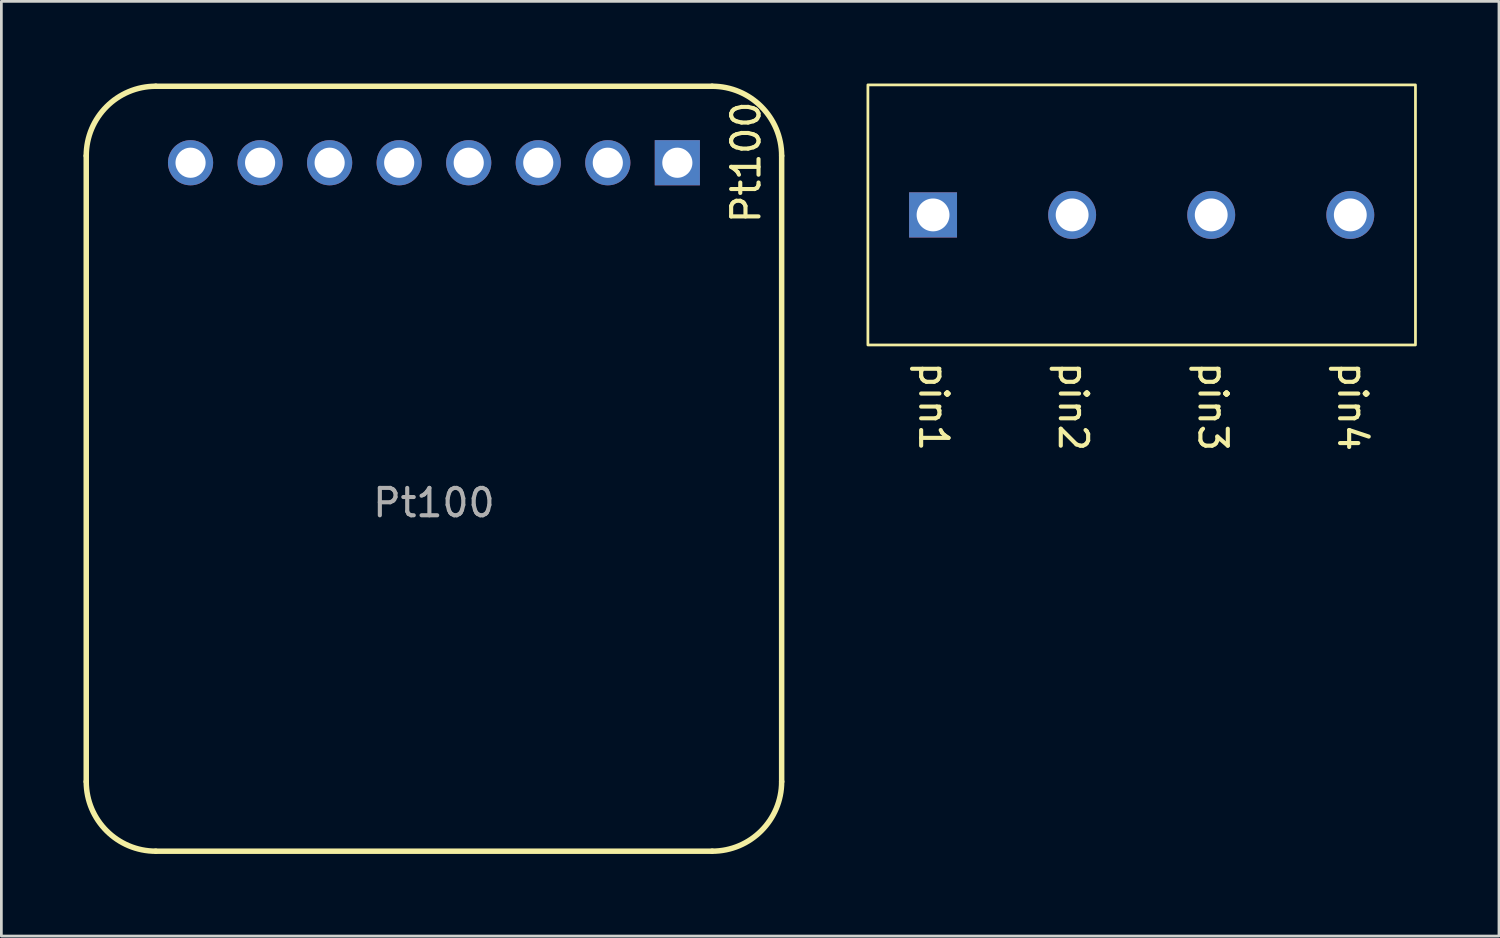
<source format=kicad_pcb>
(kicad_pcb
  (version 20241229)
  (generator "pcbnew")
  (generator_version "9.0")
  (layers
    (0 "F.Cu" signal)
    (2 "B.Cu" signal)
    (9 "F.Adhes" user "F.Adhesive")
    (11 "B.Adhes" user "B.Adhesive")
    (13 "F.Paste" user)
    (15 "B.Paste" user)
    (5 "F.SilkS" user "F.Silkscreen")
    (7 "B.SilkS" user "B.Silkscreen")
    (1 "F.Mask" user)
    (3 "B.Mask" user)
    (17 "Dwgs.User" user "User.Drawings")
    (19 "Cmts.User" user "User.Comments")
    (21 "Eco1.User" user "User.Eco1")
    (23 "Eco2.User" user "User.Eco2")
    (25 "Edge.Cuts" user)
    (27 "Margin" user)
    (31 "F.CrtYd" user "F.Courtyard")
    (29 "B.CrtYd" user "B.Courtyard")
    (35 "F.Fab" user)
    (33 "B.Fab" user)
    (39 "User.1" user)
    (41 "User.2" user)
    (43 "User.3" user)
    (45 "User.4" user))
  (footprint "screw_terminal_4pin"
    (layer "F.Cu")
    (at 38.65 4.8)
    (property "Reference" "screw_terminal_4pin" (at 0 6 0) (unlocked yes) (layer "User.1") (effects (font (size 1 1) (thickness 0.1))))
    (attr through_hole)
    (fp_rect (start -10 -4.75) (end 10 4.75) (stroke (width 0.1) (type default)) (fill no) (layer "F.SilkS"))
    (fp_text user "pin4" (at 7.7 7 270) (unlocked yes) (layer "F.SilkS") (effects (font (size 1 1) (thickness 0.15))))
    (fp_text user "pin2" (at -2.5 7 270) (unlocked yes) (layer "F.SilkS") (effects (font (size 1 1) (thickness 0.15))))
    (fp_text user "pin3" (at 2.6 7 270) (unlocked yes) (layer "F.SilkS") (effects (font (size 1 1) (thickness 0.15))))
    (fp_text user "pin1" (at -7.6 7 270) (unlocked yes) (layer "F.SilkS") (effects (font (size 1 1) (thickness 0.15))))
    (pad "1" thru_hole rect (at -7.62 0) (size 1.75 1.65) (drill 1.2) (layers "*.Cu" "*.Mask"))
    (pad "2" thru_hole circle (at -2.54 0) (size 1.75 1.75) (drill 1.2) (layers "*.Cu" "*.Mask"))
    (pad "3" thru_hole circle (at 2.54 0) (size 1.75 1.75) (drill 1.2) (layers "*.Cu" "*.Mask"))
    (pad "4" thru_hole circle (at 7.62 0) (size 1.75 1.75) (drill 1.2) (layers "*.Cu" "*.Mask")))
  (footprint "Pt100"
    (layer "F.Cu")
    (at 12.8 14.578)
    (property "Reference" "Pt100" (at 11.4 -11.7 90) (unlocked yes) (layer "F.SilkS") (effects (font (size 1 1) (thickness 0.15))))
    (attr through_hole)
    (fp_line (start -12.7 10.922) (end -12.7 -11.938) (stroke (width 0.2) (type default)) (layer "F.SilkS"))
    (fp_line (start -10.16 -14.478) (end 10.16 -14.478) (stroke (width 0.2) (type default)) (layer "F.SilkS"))
    (fp_line (start 10.16 13.462) (end -10.16 13.462) (stroke (width 0.2) (type default)) (layer "F.SilkS"))
    (fp_line (start 12.7 -11.938) (end 12.7 10.922) (stroke (width 0.2) (type default)) (layer "F.SilkS"))
    (fp_arc (start -12.7 -11.938) (mid -11.956051 -13.734051) (end -10.16 -14.478) (stroke (width 0.2) (type default)) (layer "F.SilkS"))
    (fp_arc (start -10.16 13.462) (mid -11.956051 12.718051) (end -12.7 10.922) (stroke (width 0.2) (type default)) (layer "F.SilkS"))
    (fp_arc (start 10.16 -14.478) (mid 11.956051 -13.734051) (end 12.7 -11.938) (stroke (width 0.2) (type default)) (layer "F.SilkS"))
    (fp_arc (start 12.7 10.922) (mid 11.956051 12.718051) (end 10.16 13.462) (stroke (width 0.2) (type default)) (layer "F.SilkS"))
    (fp_text user "${REFERENCE}" (at 0 0.738 0) (unlocked yes) (layer "F.Fab") (effects (font (size 1 1) (thickness 0.15))))
    (pad "1" thru_hole rect (at 8.89 -11.684 180) (size 1.65 1.65) (drill 1.1) (layers "*.Cu" "*.Mask"))
    (pad "2" thru_hole circle (at 6.35 -11.684 180) (size 1.65 1.65) (drill 1.1) (layers "*.Cu" "*.Mask"))
    (pad "3" thru_hole circle (at 3.81 -11.684 180) (size 1.65 1.65) (drill 1.1) (layers "*.Cu" "*.Mask"))
    (pad "4" thru_hole circle (at 1.27 -11.684 180) (size 1.65 1.65) (drill 1.1) (layers "*.Cu" "*.Mask"))
    (pad "5" thru_hole circle (at -1.27 -11.684 180) (size 1.65 1.65) (drill 1.1) (layers "*.Cu" "*.Mask"))
    (pad "6" thru_hole circle (at -3.81 -11.684 180) (size 1.65 1.65) (drill 1.1) (layers "*.Cu" "*.Mask"))
    (pad "7" thru_hole circle (at -6.35 -11.684 180) (size 1.65 1.65) (drill 1.1) (layers "*.Cu" "*.Mask"))
    (pad "8" thru_hole circle (at -8.89 -11.684 180) (size 1.65 1.65) (drill 1.1) (layers "*.Cu" "*.Mask")))
  (gr_rect
    (start -3 -3)
    (end 51.7 31.14)
    (stroke (width 0.1) (type default))
    (fill no)
    (layer "Edge.Cuts")))
</source>
